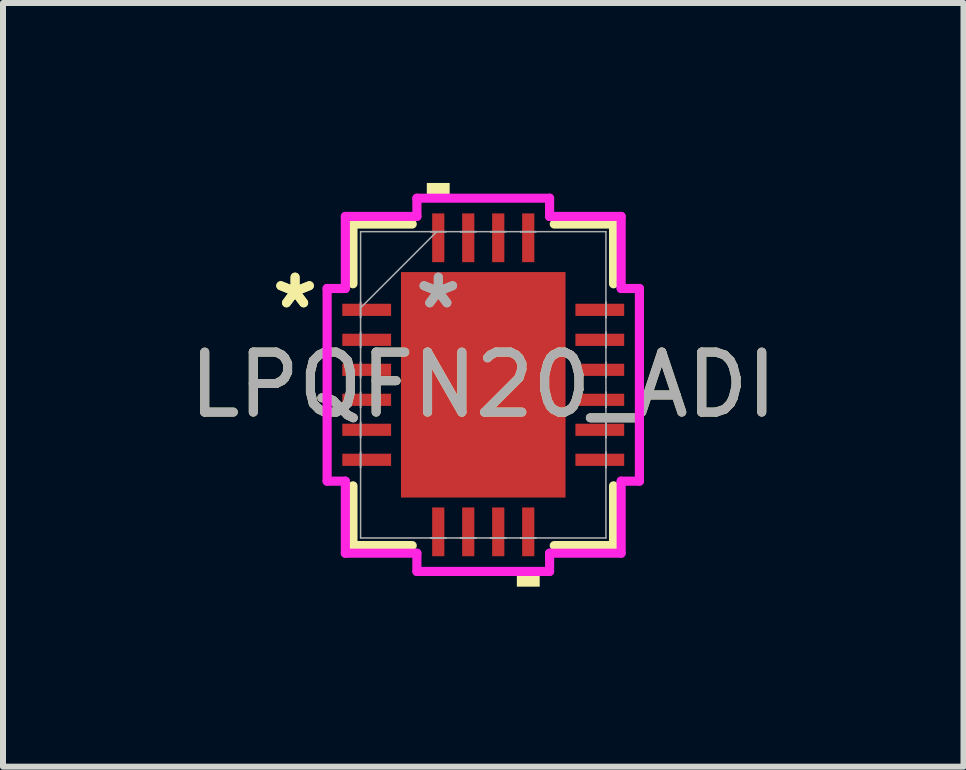
<source format=kicad_pcb>
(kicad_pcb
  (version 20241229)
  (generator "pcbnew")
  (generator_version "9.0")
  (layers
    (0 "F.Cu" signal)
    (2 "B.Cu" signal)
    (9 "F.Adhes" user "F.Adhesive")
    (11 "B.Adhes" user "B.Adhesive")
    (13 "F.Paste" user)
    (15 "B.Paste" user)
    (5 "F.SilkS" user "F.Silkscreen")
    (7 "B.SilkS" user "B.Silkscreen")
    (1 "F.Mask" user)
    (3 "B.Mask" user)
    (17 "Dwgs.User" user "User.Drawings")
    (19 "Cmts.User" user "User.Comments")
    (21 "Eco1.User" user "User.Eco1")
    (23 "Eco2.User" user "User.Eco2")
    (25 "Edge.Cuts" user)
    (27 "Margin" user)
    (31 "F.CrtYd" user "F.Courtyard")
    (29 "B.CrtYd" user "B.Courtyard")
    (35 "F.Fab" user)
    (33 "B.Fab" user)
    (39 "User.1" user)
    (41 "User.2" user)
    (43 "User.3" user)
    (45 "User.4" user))
  (footprint "LPQFN20_ADI"
    (layer "F.Cu")
    (at 5.006 3.365)
    (property "Reference" "LPQFN20_ADI" (at 0 0 0) (unlocked yes) (layer "F.SilkS") (effects (font (size 1 1) (thickness 0.15))))
    (attr smd)
    (fp_line (start -2.172 -2.68) (end -2.172 -1.684) (stroke (width 0.152) (type solid)) (layer "F.SilkS"))
    (fp_line (start -2.172 1.684) (end -2.172 2.68) (stroke (width 0.152) (type solid)) (layer "F.SilkS"))
    (fp_line (start -2.172 2.68) (end -1.184 2.68) (stroke (width 0.152) (type solid)) (layer "F.SilkS"))
    (fp_line (start -1.184 -2.68) (end -2.172 -2.68) (stroke (width 0.152) (type solid)) (layer "F.SilkS"))
    (fp_line (start 1.184 2.68) (end 2.172 2.68) (stroke (width 0.152) (type solid)) (layer "F.SilkS"))
    (fp_line (start 2.172 -2.68) (end 1.184 -2.68) (stroke (width 0.152) (type solid)) (layer "F.SilkS"))
    (fp_line (start 2.172 -1.684) (end 2.172 -2.68) (stroke (width 0.152) (type solid)) (layer "F.SilkS"))
    (fp_line (start 2.172 2.68) (end 2.172 1.684) (stroke (width 0.152) (type solid)) (layer "F.SilkS"))
    (fp_poly (pts (xy -0.941 -3.111) (xy -0.941 -3.365) (xy -0.56 -3.365) (xy -0.56 -3.111)) (stroke (width 0) (type solid)) (fill yes) (layer "F.SilkS"))
    (fp_poly (pts (xy 0.56 3.111) (xy 0.56 3.365) (xy 0.941 3.365) (xy 0.941 3.111)) (stroke (width 0) (type solid)) (fill yes) (layer "F.SilkS"))
    (fp_line (start -2.603 -1.606) (end -2.299 -1.606) (stroke (width 0.152) (type solid)) (layer "F.CrtYd"))
    (fp_line (start -2.603 1.606) (end -2.603 -1.606) (stroke (width 0.152) (type solid)) (layer "F.CrtYd"))
    (fp_line (start -2.299 -2.807) (end -1.106 -2.807) (stroke (width 0.152) (type solid)) (layer "F.CrtYd"))
    (fp_line (start -2.299 -1.606) (end -2.299 -2.807) (stroke (width 0.152) (type solid)) (layer "F.CrtYd"))
    (fp_line (start -2.299 1.606) (end -2.603 1.606) (stroke (width 0.152) (type solid)) (layer "F.CrtYd"))
    (fp_line (start -2.299 2.807) (end -2.299 1.606) (stroke (width 0.152) (type solid)) (layer "F.CrtYd"))
    (fp_line (start -1.106 -3.111) (end 1.106 -3.111) (stroke (width 0.152) (type solid)) (layer "F.CrtYd"))
    (fp_line (start -1.106 -2.807) (end -1.106 -3.111) (stroke (width 0.152) (type solid)) (layer "F.CrtYd"))
    (fp_line (start -1.106 2.807) (end -2.299 2.807) (stroke (width 0.152) (type solid)) (layer "F.CrtYd"))
    (fp_line (start -1.106 3.111) (end -1.106 2.807) (stroke (width 0.152) (type solid)) (layer "F.CrtYd"))
    (fp_line (start 1.106 -3.111) (end 1.106 -2.807) (stroke (width 0.152) (type solid)) (layer "F.CrtYd"))
    (fp_line (start 1.106 -2.807) (end 2.299 -2.807) (stroke (width 0.152) (type solid)) (layer "F.CrtYd"))
    (fp_line (start 1.106 2.807) (end 1.106 3.111) (stroke (width 0.152) (type solid)) (layer "F.CrtYd"))
    (fp_line (start 1.106 3.111) (end -1.106 3.111) (stroke (width 0.152) (type solid)) (layer "F.CrtYd"))
    (fp_line (start 2.299 -2.807) (end 2.299 -1.606) (stroke (width 0.152) (type solid)) (layer "F.CrtYd"))
    (fp_line (start 2.299 -1.606) (end 2.603 -1.606) (stroke (width 0.152) (type solid)) (layer "F.CrtYd"))
    (fp_line (start 2.299 1.606) (end 2.299 2.807) (stroke (width 0.152) (type solid)) (layer "F.CrtYd"))
    (fp_line (start 2.299 2.807) (end 1.106 2.807) (stroke (width 0.152) (type solid)) (layer "F.CrtYd"))
    (fp_line (start 2.603 -1.606) (end 2.603 1.606) (stroke (width 0.152) (type solid)) (layer "F.CrtYd"))
    (fp_line (start 2.603 1.606) (end 2.299 1.606) (stroke (width 0.152) (type solid)) (layer "F.CrtYd"))
    (fp_line (start -2.045 -2.553) (end -2.045 2.553) (stroke (width 0.025) (type solid)) (layer "F.Fab"))
    (fp_line (start -2.045 -1.377) (end -2.045 -1.377) (stroke (width 0.025) (type solid)) (layer "F.Fab"))
    (fp_line (start -2.045 -1.377) (end -2.045 -1.123) (stroke (width 0.025) (type solid)) (layer "F.Fab"))
    (fp_line (start -2.045 -1.283) (end -0.775 -2.553) (stroke (width 0.025) (type solid)) (layer "F.Fab"))
    (fp_line (start -2.045 -1.123) (end -2.045 -1.377) (stroke (width 0.025) (type solid)) (layer "F.Fab"))
    (fp_line (start -2.045 -1.123) (end -2.045 -1.123) (stroke (width 0.025) (type solid)) (layer "F.Fab"))
    (fp_line (start -2.045 -0.877) (end -2.045 -0.877) (stroke (width 0.025) (type solid)) (layer "F.Fab"))
    (fp_line (start -2.045 -0.877) (end -2.045 -0.623) (stroke (width 0.025) (type solid)) (layer "F.Fab"))
    (fp_line (start -2.045 -0.623) (end -2.045 -0.877) (stroke (width 0.025) (type solid)) (layer "F.Fab"))
    (fp_line (start -2.045 -0.623) (end -2.045 -0.623) (stroke (width 0.025) (type solid)) (layer "F.Fab"))
    (fp_line (start -2.045 -0.377) (end -2.045 -0.377) (stroke (width 0.025) (type solid)) (layer "F.Fab"))
    (fp_line (start -2.045 -0.377) (end -2.045 -0.123) (stroke (width 0.025) (type solid)) (layer "F.Fab"))
    (fp_line (start -2.045 -0.123) (end -2.045 -0.377) (stroke (width 0.025) (type solid)) (layer "F.Fab"))
    (fp_line (start -2.045 -0.123) (end -2.045 -0.123) (stroke (width 0.025) (type solid)) (layer "F.Fab"))
    (fp_line (start -2.045 0.123) (end -2.045 0.123) (stroke (width 0.025) (type solid)) (layer "F.Fab"))
    (fp_line (start -2.045 0.123) (end -2.045 0.377) (stroke (width 0.025) (type solid)) (layer "F.Fab"))
    (fp_line (start -2.045 0.377) (end -2.045 0.123) (stroke (width 0.025) (type solid)) (layer "F.Fab"))
    (fp_line (start -2.045 0.377) (end -2.045 0.377) (stroke (width 0.025) (type solid)) (layer "F.Fab"))
    (fp_line (start -2.045 0.623) (end -2.045 0.623) (stroke (width 0.025) (type solid)) (layer "F.Fab"))
    (fp_line (start -2.045 0.623) (end -2.045 0.877) (stroke (width 0.025) (type solid)) (layer "F.Fab"))
    (fp_line (start -2.045 0.877) (end -2.045 0.623) (stroke (width 0.025) (type solid)) (layer "F.Fab"))
    (fp_line (start -2.045 0.877) (end -2.045 0.877) (stroke (width 0.025) (type solid)) (layer "F.Fab"))
    (fp_line (start -2.045 1.123) (end -2.045 1.123) (stroke (width 0.025) (type solid)) (layer "F.Fab"))
    (fp_line (start -2.045 1.123) (end -2.045 1.377) (stroke (width 0.025) (type solid)) (layer "F.Fab"))
    (fp_line (start -2.045 1.377) (end -2.045 1.123) (stroke (width 0.025) (type solid)) (layer "F.Fab"))
    (fp_line (start -2.045 1.377) (end -2.045 1.377) (stroke (width 0.025) (type solid)) (layer "F.Fab"))
    (fp_line (start -2.045 2.553) (end 2.045 2.553) (stroke (width 0.025) (type solid)) (layer "F.Fab"))
    (fp_line (start -0.877 -2.553) (end -0.877 -2.553) (stroke (width 0.025) (type solid)) (layer "F.Fab"))
    (fp_line (start -0.877 -2.553) (end -0.623 -2.553) (stroke (width 0.025) (type solid)) (layer "F.Fab"))
    (fp_line (start -0.877 2.553) (end -0.877 2.553) (stroke (width 0.025) (type solid)) (layer "F.Fab"))
    (fp_line (start -0.877 2.553) (end -0.623 2.553) (stroke (width 0.025) (type solid)) (layer "F.Fab"))
    (fp_line (start -0.623 -2.553) (end -0.877 -2.553) (stroke (width 0.025) (type solid)) (layer "F.Fab"))
    (fp_line (start -0.623 -2.553) (end -0.623 -2.553) (stroke (width 0.025) (type solid)) (layer "F.Fab"))
    (fp_line (start -0.623 2.553) (end -0.877 2.553) (stroke (width 0.025) (type solid)) (layer "F.Fab"))
    (fp_line (start -0.623 2.553) (end -0.623 2.553) (stroke (width 0.025) (type solid)) (layer "F.Fab"))
    (fp_line (start -0.377 -2.553) (end -0.377 -2.553) (stroke (width 0.025) (type solid)) (layer "F.Fab"))
    (fp_line (start -0.377 -2.553) (end -0.123 -2.553) (stroke (width 0.025) (type solid)) (layer "F.Fab"))
    (fp_line (start -0.377 2.553) (end -0.377 2.553) (stroke (width 0.025) (type solid)) (layer "F.Fab"))
    (fp_line (start -0.377 2.553) (end -0.123 2.553) (stroke (width 0.025) (type solid)) (layer "F.Fab"))
    (fp_line (start -0.123 -2.553) (end -0.377 -2.553) (stroke (width 0.025) (type solid)) (layer "F.Fab"))
    (fp_line (start -0.123 -2.553) (end -0.123 -2.553) (stroke (width 0.025) (type solid)) (layer "F.Fab"))
    (fp_line (start -0.123 2.553) (end -0.377 2.553) (stroke (width 0.025) (type solid)) (layer "F.Fab"))
    (fp_line (start -0.123 2.553) (end -0.123 2.553) (stroke (width 0.025) (type solid)) (layer "F.Fab"))
    (fp_line (start 0.123 -2.553) (end 0.123 -2.553) (stroke (width 0.025) (type solid)) (layer "F.Fab"))
    (fp_line (start 0.123 -2.553) (end 0.377 -2.553) (stroke (width 0.025) (type solid)) (layer "F.Fab"))
    (fp_line (start 0.123 2.553) (end 0.123 2.553) (stroke (width 0.025) (type solid)) (layer "F.Fab"))
    (fp_line (start 0.123 2.553) (end 0.377 2.553) (stroke (width 0.025) (type solid)) (layer "F.Fab"))
    (fp_line (start 0.377 -2.553) (end 0.123 -2.553) (stroke (width 0.025) (type solid)) (layer "F.Fab"))
    (fp_line (start 0.377 -2.553) (end 0.377 -2.553) (stroke (width 0.025) (type solid)) (layer "F.Fab"))
    (fp_line (start 0.377 2.553) (end 0.123 2.553) (stroke (width 0.025) (type solid)) (layer "F.Fab"))
    (fp_line (start 0.377 2.553) (end 0.377 2.553) (stroke (width 0.025) (type solid)) (layer "F.Fab"))
    (fp_line (start 0.623 -2.553) (end 0.623 -2.553) (stroke (width 0.025) (type solid)) (layer "F.Fab"))
    (fp_line (start 0.623 -2.553) (end 0.877 -2.553) (stroke (width 0.025) (type solid)) (layer "F.Fab"))
    (fp_line (start 0.623 2.553) (end 0.623 2.553) (stroke (width 0.025) (type solid)) (layer "F.Fab"))
    (fp_line (start 0.623 2.553) (end 0.877 2.553) (stroke (width 0.025) (type solid)) (layer "F.Fab"))
    (fp_line (start 0.877 -2.553) (end 0.623 -2.553) (stroke (width 0.025) (type solid)) (layer "F.Fab"))
    (fp_line (start 0.877 -2.553) (end 0.877 -2.553) (stroke (width 0.025) (type solid)) (layer "F.Fab"))
    (fp_line (start 0.877 2.553) (end 0.623 2.553) (stroke (width 0.025) (type solid)) (layer "F.Fab"))
    (fp_line (start 0.877 2.553) (end 0.877 2.553) (stroke (width 0.025) (type solid)) (layer "F.Fab"))
    (fp_line (start 2.045 -2.553) (end -2.045 -2.553) (stroke (width 0.025) (type solid)) (layer "F.Fab"))
    (fp_line (start 2.045 -1.377) (end 2.045 -1.377) (stroke (width 0.025) (type solid)) (layer "F.Fab"))
    (fp_line (start 2.045 -1.377) (end 2.045 -1.123) (stroke (width 0.025) (type solid)) (layer "F.Fab"))
    (fp_line (start 2.045 -1.123) (end 2.045 -1.377) (stroke (width 0.025) (type solid)) (layer "F.Fab"))
    (fp_line (start 2.045 -1.123) (end 2.045 -1.123) (stroke (width 0.025) (type solid)) (layer "F.Fab"))
    (fp_line (start 2.045 -0.877) (end 2.045 -0.877) (stroke (width 0.025) (type solid)) (layer "F.Fab"))
    (fp_line (start 2.045 -0.877) (end 2.045 -0.623) (stroke (width 0.025) (type solid)) (layer "F.Fab"))
    (fp_line (start 2.045 -0.623) (end 2.045 -0.877) (stroke (width 0.025) (type solid)) (layer "F.Fab"))
    (fp_line (start 2.045 -0.623) (end 2.045 -0.623) (stroke (width 0.025) (type solid)) (layer "F.Fab"))
    (fp_line (start 2.045 -0.377) (end 2.045 -0.377) (stroke (width 0.025) (type solid)) (layer "F.Fab"))
    (fp_line (start 2.045 -0.377) (end 2.045 -0.123) (stroke (width 0.025) (type solid)) (layer "F.Fab"))
    (fp_line (start 2.045 -0.123) (end 2.045 -0.377) (stroke (width 0.025) (type solid)) (layer "F.Fab"))
    (fp_line (start 2.045 -0.123) (end 2.045 -0.123) (stroke (width 0.025) (type solid)) (layer "F.Fab"))
    (fp_line (start 2.045 0.123) (end 2.045 0.123) (stroke (width 0.025) (type solid)) (layer "F.Fab"))
    (fp_line (start 2.045 0.123) (end 2.045 0.377) (stroke (width 0.025) (type solid)) (layer "F.Fab"))
    (fp_line (start 2.045 0.377) (end 2.045 0.123) (stroke (width 0.025) (type solid)) (layer "F.Fab"))
    (fp_line (start 2.045 0.377) (end 2.045 0.377) (stroke (width 0.025) (type solid)) (layer "F.Fab"))
    (fp_line (start 2.045 0.623) (end 2.045 0.623) (stroke (width 0.025) (type solid)) (layer "F.Fab"))
    (fp_line (start 2.045 0.623) (end 2.045 0.877) (stroke (width 0.025) (type solid)) (layer "F.Fab"))
    (fp_line (start 2.045 0.877) (end 2.045 0.623) (stroke (width 0.025) (type solid)) (layer "F.Fab"))
    (fp_line (start 2.045 0.877) (end 2.045 0.877) (stroke (width 0.025) (type solid)) (layer "F.Fab"))
    (fp_line (start 2.045 1.123) (end 2.045 1.123) (stroke (width 0.025) (type solid)) (layer "F.Fab"))
    (fp_line (start 2.045 1.123) (end 2.045 1.377) (stroke (width 0.025) (type solid)) (layer "F.Fab"))
    (fp_line (start 2.045 1.377) (end 2.045 1.123) (stroke (width 0.025) (type solid)) (layer "F.Fab"))
    (fp_line (start 2.045 1.377) (end 2.045 1.377) (stroke (width 0.025) (type solid)) (layer "F.Fab"))
    (fp_line (start 2.045 2.553) (end 2.045 -2.553) (stroke (width 0.025) (type solid)) (layer "F.Fab"))
    (fp_text user "*" (at -3.137 -1.25 0) (unlocked yes) (layer "F.SilkS") (effects (font (size 1 1) (thickness 0.15))))
    (fp_text user "*" (at -3.137 -1.25 0) (layer "F.SilkS") (effects (font (size 1 1) (thickness 0.15))))
    (fp_text user "*" (at -0.749 -1.25 0) (unlocked yes) (layer "F.Fab") (effects (font (size 1 1) (thickness 0.15))))
    (fp_text user "*" (at -0.749 -1.25 0) (layer "F.Fab") (effects (font (size 1 1) (thickness 0.15))))
    (fp_text user "${REFERENCE}" (at 0 0 0) (unlocked yes) (layer "F.Fab") (effects (font (size 1 1) (thickness 0.15))))
    (pad "1" smd rect (at -1.943 -1.25 90) (size 0.203 0.813) (layers "F.Cu" "F.Mask" "F.Paste"))
    (pad "2" smd rect (at -1.943 -0.75 90) (size 0.203 0.813) (layers "F.Cu" "F.Mask" "F.Paste"))
    (pad "3" smd rect (at -1.943 -0.25 90) (size 0.203 0.813) (layers "F.Cu" "F.Mask" "F.Paste"))
    (pad "4" smd rect (at -1.943 0.25 90) (size 0.203 0.813) (layers "F.Cu" "F.Mask" "F.Paste"))
    (pad "5" smd rect (at -1.943 0.75 90) (size 0.203 0.813) (layers "F.Cu" "F.Mask" "F.Paste"))
    (pad "6" smd rect (at -1.943 1.25 90) (size 0.203 0.813) (layers "F.Cu" "F.Mask" "F.Paste"))
    (pad "7" smd rect (at -0.75 2.451) (size 0.203 0.813) (layers "F.Cu" "F.Mask" "F.Paste"))
    (pad "8" smd rect (at -0.25 2.451) (size 0.203 0.813) (layers "F.Cu" "F.Mask" "F.Paste"))
    (pad "9" smd rect (at 0.25 2.451) (size 0.203 0.813) (layers "F.Cu" "F.Mask" "F.Paste"))
    (pad "10" smd rect (at 0.75 2.451) (size 0.203 0.813) (layers "F.Cu" "F.Mask" "F.Paste"))
    (pad "11" smd rect (at 1.943 1.25 90) (size 0.203 0.813) (layers "F.Cu" "F.Mask" "F.Paste"))
    (pad "12" smd rect (at 1.943 0.75 90) (size 0.203 0.813) (layers "F.Cu" "F.Mask" "F.Paste"))
    (pad "13" smd rect (at 1.943 0.25 90) (size 0.203 0.813) (layers "F.Cu" "F.Mask" "F.Paste"))
    (pad "14" smd rect (at 1.943 -0.25 90) (size 0.203 0.813) (layers "F.Cu" "F.Mask" "F.Paste"))
    (pad "15" smd rect (at 1.943 -0.75 90) (size 0.203 0.813) (layers "F.Cu" "F.Mask" "F.Paste"))
    (pad "16" smd rect (at 1.943 -1.25 90) (size 0.203 0.813) (layers "F.Cu" "F.Mask" "F.Paste"))
    (pad "17" smd rect (at 0.75 -2.451) (size 0.203 0.813) (layers "F.Cu" "F.Mask" "F.Paste"))
    (pad "18" smd rect (at 0.25 -2.451) (size 0.203 0.813) (layers "F.Cu" "F.Mask" "F.Paste"))
    (pad "19" smd rect (at -0.25 -2.451) (size 0.203 0.813) (layers "F.Cu" "F.Mask" "F.Paste"))
    (pad "20" smd rect (at -0.75 -2.451) (size 0.203 0.813) (layers "F.Cu" "F.Mask" "F.Paste"))
    (pad "21" smd rect (at 0 0) (size 2.743 3.759) (layers "F.Cu" "F.Mask" "F.Paste")))
  (gr_rect
    (start -3 -3)
    (end 13.012 9.731)
    (stroke (width 0.1) (type default))
    (fill no)
    (layer "Edge.Cuts")))
</source>
